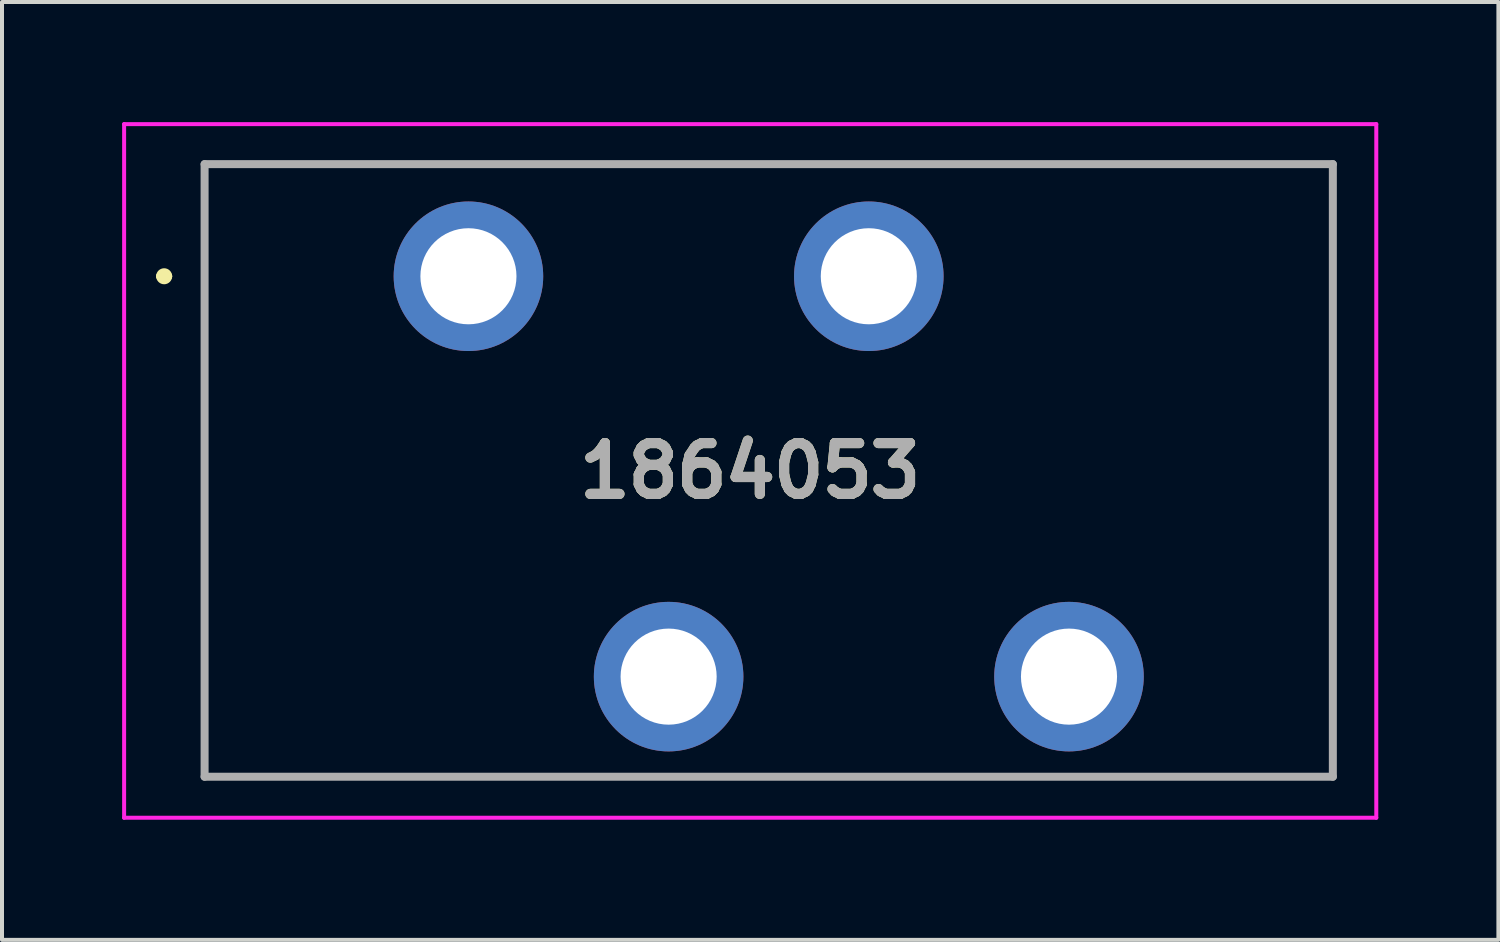
<source format=kicad_pcb>
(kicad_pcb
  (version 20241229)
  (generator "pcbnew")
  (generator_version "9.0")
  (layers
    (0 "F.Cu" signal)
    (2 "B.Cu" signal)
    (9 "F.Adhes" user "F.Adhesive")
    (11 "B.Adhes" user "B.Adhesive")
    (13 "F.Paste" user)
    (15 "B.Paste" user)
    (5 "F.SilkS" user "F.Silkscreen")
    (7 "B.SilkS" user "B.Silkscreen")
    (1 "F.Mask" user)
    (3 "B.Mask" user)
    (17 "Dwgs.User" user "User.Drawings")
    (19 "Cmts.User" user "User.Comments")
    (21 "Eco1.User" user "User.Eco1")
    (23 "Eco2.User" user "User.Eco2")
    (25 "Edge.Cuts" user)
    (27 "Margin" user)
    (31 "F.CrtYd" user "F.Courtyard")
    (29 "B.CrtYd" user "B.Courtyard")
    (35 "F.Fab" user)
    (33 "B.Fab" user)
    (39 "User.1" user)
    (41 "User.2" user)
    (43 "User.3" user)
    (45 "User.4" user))
  (footprint "1864053"
    (layer "F.Cu")
    (at 8.65 3.85)
    (property "Reference" "1864053" (at 7.037 4.862 0) (layer "F.SilkS") (effects (font (size 1.27 1.27) (thickness 0.254))))
    (attr through_hole)
    (fp_line (start -7.7 0) (end -7.7 0) (stroke (width 0.2) (type solid)) (layer "F.SilkS"))
    (fp_line (start -7.5 0) (end -7.5 0) (stroke (width 0.2) (type solid)) (layer "F.SilkS"))
    (fp_line (start -6.59 -2.8) (end 21.59 -2.8) (stroke (width 0.1) (type solid)) (layer "F.SilkS"))
    (fp_line (start -6.59 4.5) (end -6.59 -2.8) (stroke (width 0.1) (type solid)) (layer "F.SilkS"))
    (fp_line (start -6.59 7.5) (end -6.59 12.5) (stroke (width 0.1) (type solid)) (layer "F.SilkS"))
    (fp_line (start -6.59 12.5) (end -4 12.5) (stroke (width 0.1) (type solid)) (layer "F.SilkS"))
    (fp_line (start -1.5 12.5) (end 16 12.5) (stroke (width 0.1) (type solid)) (layer "F.SilkS"))
    (fp_line (start 19 12.5) (end 21.59 12.5) (stroke (width 0.1) (type solid)) (layer "F.SilkS"))
    (fp_line (start 21.59 -2.8) (end 21.59 4.5) (stroke (width 0.1) (type solid)) (layer "F.SilkS"))
    (fp_line (start 21.59 12.5) (end 21.59 8) (stroke (width 0.1) (type solid)) (layer "F.SilkS"))
    (fp_arc (start -7.7 0) (mid -7.6 -0.1) (end -7.5 0) (stroke (width 0.2) (type solid)) (layer "F.SilkS"))
    (fp_arc (start -7.5 0) (mid -7.6 0.1) (end -7.7 0) (stroke (width 0.2) (type solid)) (layer "F.SilkS"))
    (fp_line (start -8.6 -3.8) (end 22.675 -3.8) (stroke (width 0.1) (type solid)) (layer "F.CrtYd"))
    (fp_line (start -8.6 13.525) (end -8.6 -3.8) (stroke (width 0.1) (type solid)) (layer "F.CrtYd"))
    (fp_line (start 22.675 -3.8) (end 22.675 13.525) (stroke (width 0.1) (type solid)) (layer "F.CrtYd"))
    (fp_line (start 22.675 13.525) (end -8.6 13.525) (stroke (width 0.1) (type solid)) (layer "F.CrtYd"))
    (fp_line (start -6.59 -2.8) (end 21.59 -2.8) (stroke (width 0.2) (type solid)) (layer "F.Fab"))
    (fp_line (start -6.59 12.5) (end -6.59 -2.8) (stroke (width 0.2) (type solid)) (layer "F.Fab"))
    (fp_line (start 21.59 -2.8) (end 21.59 12.5) (stroke (width 0.2) (type solid)) (layer "F.Fab"))
    (fp_line (start 21.59 12.5) (end -6.59 12.5) (stroke (width 0.2) (type solid)) (layer "F.Fab"))
    (fp_text user "${REFERENCE}" (at 7.037 4.862 0) (layer "F.Fab") (effects (font (size 1.27 1.27) (thickness 0.254))))
    (pad "" np_thru_hole circle (at -5 6) (size 0.001 0.001) (drill 3.3) (layers "*.Cu" "*.Mask"))
    (pad "" np_thru_hole circle (at -2.8 1.5) (size 0.001 0.001) (drill 2) (layers "*.Cu" "*.Mask"))
    (pad "" np_thru_hole circle (at -2.8 11.5) (size 0.001 0.001) (drill 2) (layers "*.Cu" "*.Mask"))
    (pad "" np_thru_hole circle (at 17.8 -1.5) (size 0.001 0.001) (drill 2) (layers "*.Cu" "*.Mask"))
    (pad "" np_thru_hole circle (at 17.8 11.5) (size 0.001 0.001) (drill 2) (layers "*.Cu" "*.Mask"))
    (pad "" np_thru_hole circle (at 20 6) (size 0.001 0.001) (drill 3.3) (layers "*.Cu" "*.Mask"))
    (pad "1" thru_hole circle (at 0 0) (size 3.735 3.735) (drill 2.4) (layers "*.Cu" "*.Mask"))
    (pad "2" thru_hole circle (at 5 10) (size 3.735 3.735) (drill 2.4) (layers "*.Cu" "*.Mask"))
    (pad "3" thru_hole circle (at 10 0) (size 3.735 3.735) (drill 2.4) (layers "*.Cu" "*.Mask"))
    (pad "4" thru_hole circle (at 15 10) (size 3.735 3.735) (drill 2.4) (layers "*.Cu" "*.Mask")))
  (gr_rect
    (start -3 -3)
    (end 34.375 20.425)
    (stroke (width 0.1) (type default))
    (fill no)
    (layer "Edge.Cuts")))
</source>
